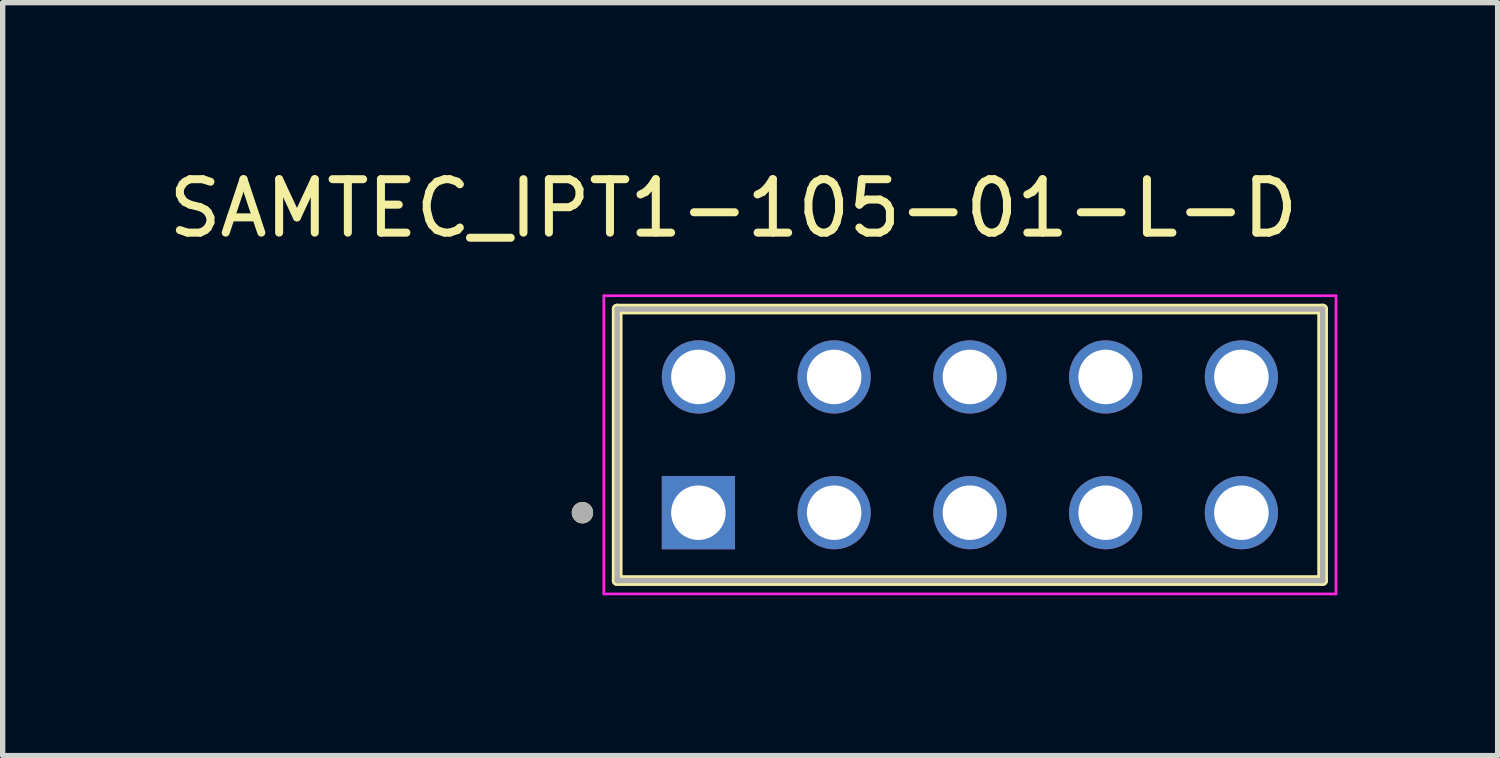
<source format=kicad_pcb>
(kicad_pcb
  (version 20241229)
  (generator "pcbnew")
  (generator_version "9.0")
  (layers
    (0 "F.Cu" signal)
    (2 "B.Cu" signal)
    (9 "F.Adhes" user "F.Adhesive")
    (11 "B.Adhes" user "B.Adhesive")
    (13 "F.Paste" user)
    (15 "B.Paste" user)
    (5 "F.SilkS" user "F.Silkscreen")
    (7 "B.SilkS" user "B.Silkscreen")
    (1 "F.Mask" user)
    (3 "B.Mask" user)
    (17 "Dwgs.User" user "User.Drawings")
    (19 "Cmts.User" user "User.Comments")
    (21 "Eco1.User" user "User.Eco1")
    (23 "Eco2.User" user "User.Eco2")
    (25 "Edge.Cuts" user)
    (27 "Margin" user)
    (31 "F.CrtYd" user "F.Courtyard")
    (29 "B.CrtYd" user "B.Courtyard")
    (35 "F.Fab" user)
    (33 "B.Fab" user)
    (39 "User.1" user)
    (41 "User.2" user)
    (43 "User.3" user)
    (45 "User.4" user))
  (footprint "SAMTEC_IPT1-105-01-L-D"
    (layer "F.Cu")
    (at 10.018 6.543)
    (property "Reference" "SAMTEC_IPT1-105-01-L-D" (at 0.655 -5.695 0) (layer "F.SilkS") (effects (font (size 1 1) (thickness 0.15))))
    (attr through_hole)
    (fp_line (start -1.52 1.27) (end -1.52 -3.81) (stroke (width 0.2) (type solid)) (layer "F.SilkS"))
    (fp_line (start 11.68 -3.81) (end -1.52 -3.81) (stroke (width 0.2) (type solid)) (layer "F.SilkS"))
    (fp_line (start 11.68 -3.81) (end 11.68 1.27) (stroke (width 0.2) (type solid)) (layer "F.SilkS"))
    (fp_line (start 11.68 1.27) (end -1.52 1.27) (stroke (width 0.2) (type solid)) (layer "F.SilkS"))
    (fp_circle (center -2.17 0) (end -2.07 0) (stroke (width 0.2) (type solid)) (fill no) (layer "F.SilkS"))
    (fp_line (start -1.77 -4.06) (end 11.93 -4.06) (stroke (width 0.05) (type solid)) (layer "F.CrtYd"))
    (fp_line (start -1.77 1.52) (end -1.77 -4.06) (stroke (width 0.05) (type solid)) (layer "F.CrtYd"))
    (fp_line (start 11.93 -4.06) (end 11.93 1.52) (stroke (width 0.05) (type solid)) (layer "F.CrtYd"))
    (fp_line (start 11.93 1.52) (end -1.77 1.52) (stroke (width 0.05) (type solid)) (layer "F.CrtYd"))
    (fp_line (start -1.52 -3.81) (end 11.68 -3.81) (stroke (width 0.1) (type solid)) (layer "F.Fab"))
    (fp_line (start -1.52 1.27) (end -1.52 -3.81) (stroke (width 0.1) (type solid)) (layer "F.Fab"))
    (fp_line (start 11.68 -3.81) (end 11.68 1.27) (stroke (width 0.1) (type solid)) (layer "F.Fab"))
    (fp_line (start 11.68 1.27) (end -1.52 1.27) (stroke (width 0.1) (type solid)) (layer "F.Fab"))
    (fp_circle (center -2.17 0) (end -2.07 0) (stroke (width 0.2) (type solid)) (fill no) (layer "F.Fab"))
    (pad "01" thru_hole rect (at 0 0) (size 1.37 1.37) (drill 1.02) (layers "*.Cu" "*.Mask"))
    (pad "02" thru_hole circle (at 0 -2.54) (size 1.37 1.37) (drill 1.02) (layers "*.Cu" "*.Mask"))
    (pad "03" thru_hole circle (at 2.54 0) (size 1.37 1.37) (drill 1.02) (layers "*.Cu" "*.Mask"))
    (pad "04" thru_hole circle (at 2.54 -2.54) (size 1.37 1.37) (drill 1.02) (layers "*.Cu" "*.Mask"))
    (pad "05" thru_hole circle (at 5.08 0) (size 1.37 1.37) (drill 1.02) (layers "*.Cu" "*.Mask"))
    (pad "06" thru_hole circle (at 5.08 -2.54) (size 1.37 1.37) (drill 1.02) (layers "*.Cu" "*.Mask"))
    (pad "07" thru_hole circle (at 7.62 0) (size 1.37 1.37) (drill 1.02) (layers "*.Cu" "*.Mask"))
    (pad "08" thru_hole circle (at 7.62 -2.54) (size 1.37 1.37) (drill 1.02) (layers "*.Cu" "*.Mask"))
    (pad "09" thru_hole circle (at 10.16 0) (size 1.37 1.37) (drill 1.02) (layers "*.Cu" "*.Mask"))
    (pad "10" thru_hole circle (at 10.16 -2.54) (size 1.37 1.37) (drill 1.02) (layers "*.Cu" "*.Mask")))
  (gr_rect
    (start -3 -3)
    (end 24.973 11.088)
    (stroke (width 0.1) (type default))
    (fill no)
    (layer "Edge.Cuts")))
</source>
